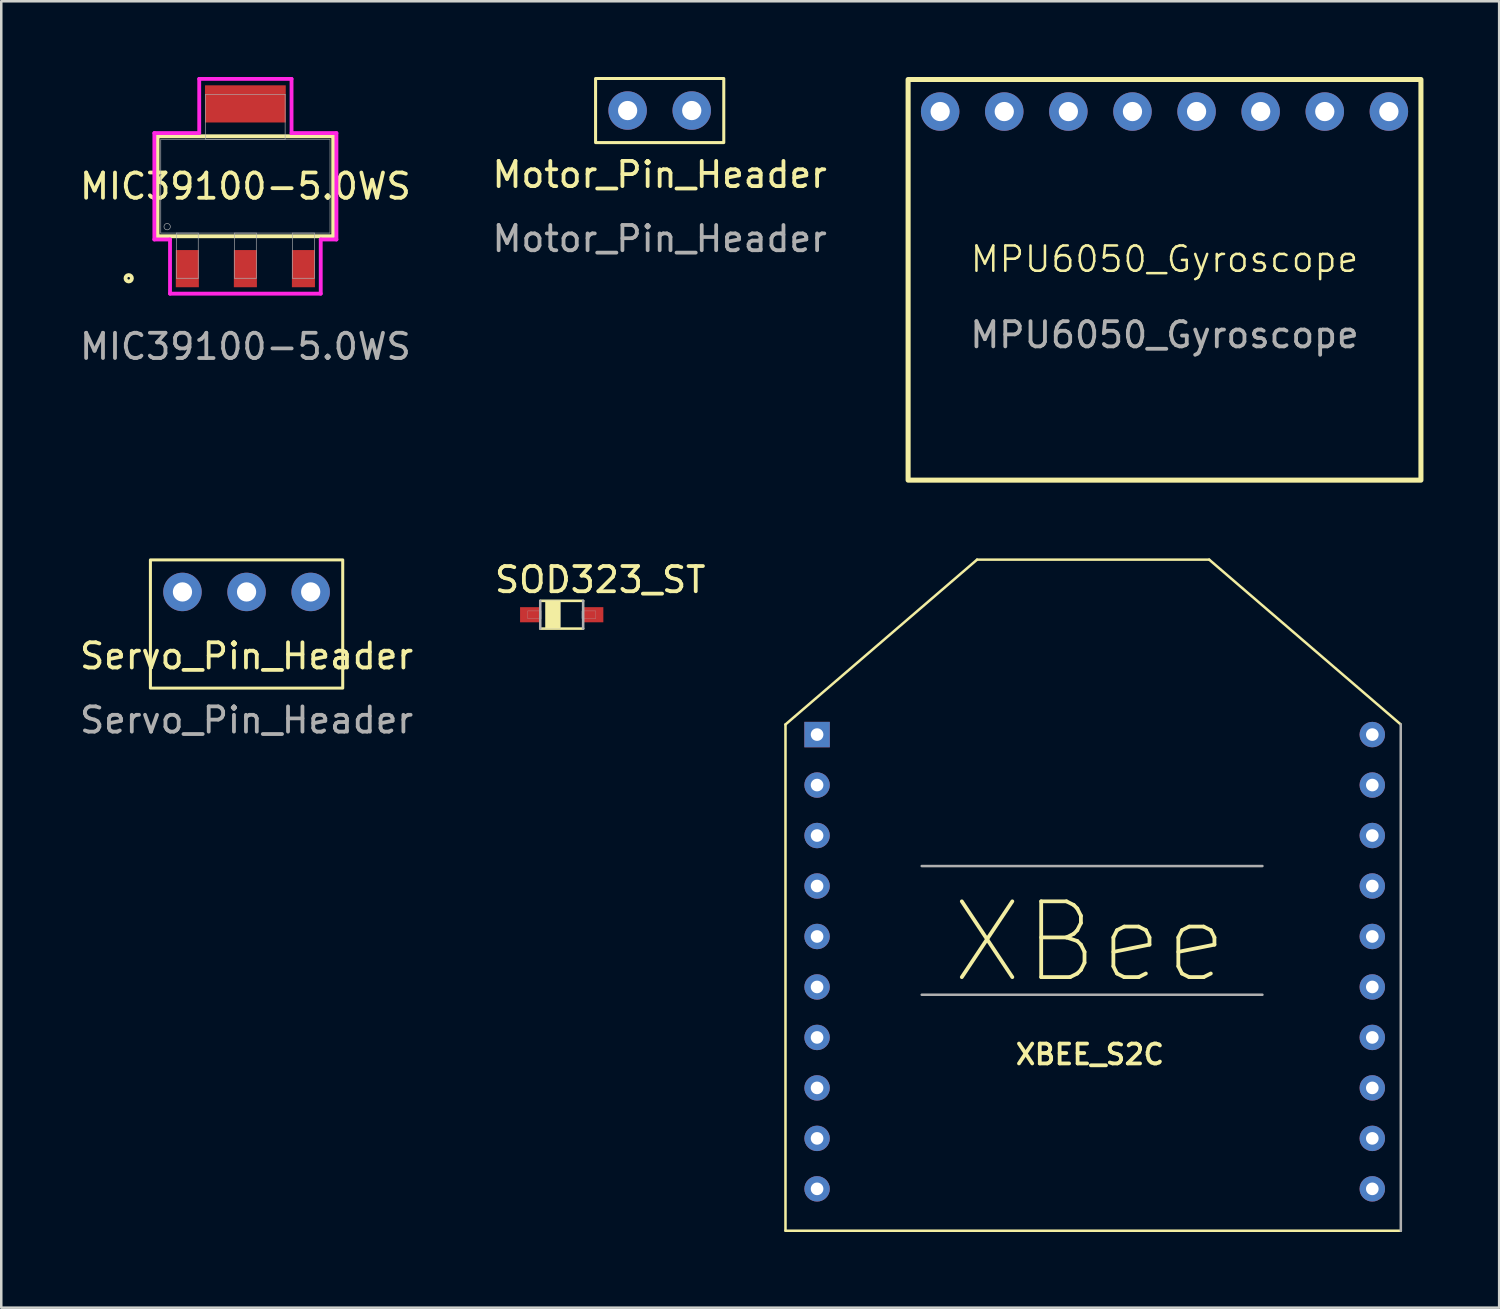
<source format=kicad_pcb>
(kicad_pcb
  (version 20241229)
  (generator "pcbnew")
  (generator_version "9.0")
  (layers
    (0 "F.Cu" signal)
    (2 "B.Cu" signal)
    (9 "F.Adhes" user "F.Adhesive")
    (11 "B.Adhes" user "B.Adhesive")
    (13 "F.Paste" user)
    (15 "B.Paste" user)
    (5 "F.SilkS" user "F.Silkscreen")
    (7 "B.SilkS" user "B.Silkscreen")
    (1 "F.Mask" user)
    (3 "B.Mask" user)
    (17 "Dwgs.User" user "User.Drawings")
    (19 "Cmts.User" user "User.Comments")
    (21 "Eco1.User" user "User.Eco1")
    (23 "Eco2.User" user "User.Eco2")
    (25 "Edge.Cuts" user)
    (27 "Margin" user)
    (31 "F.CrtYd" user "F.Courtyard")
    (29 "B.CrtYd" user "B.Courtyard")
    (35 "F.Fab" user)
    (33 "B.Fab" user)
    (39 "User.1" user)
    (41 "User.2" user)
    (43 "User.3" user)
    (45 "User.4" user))
  (footprint "Servo_Pin_Header"
    (layer "F.Cu")
    (at 6.72 21.675)
    (property "Reference" "Servo_Pin_Header" (at 0 1.27 0) (unlocked yes) (layer "F.SilkS") (effects (font (size 1 1) (thickness 0.15))))
    (attr through_hole)
    (fp_rect (start -3.81 -2.54) (end 3.81 2.54) (stroke (width 0.12) (type default)) (fill no) (layer "F.SilkS"))
    (fp_text user "${REFERENCE}" (at 0 3.81 0) (unlocked yes) (layer "F.Fab") (effects (font (size 1 1) (thickness 0.15))))
    (pad "0" thru_hole circle (at -2.54 -1.27) (size 1.524 1.524) (drill 0.762) (layers "*.Cu" "*.Mask"))
    (pad "1" thru_hole circle (at 0 -1.27) (size 1.524 1.524) (drill 0.762) (layers "*.Cu" "*.Mask"))
    (pad "2" thru_hole circle (at 2.54 -1.27) (size 1.524 1.524) (drill 0.762) (layers "*.Cu" "*.Mask")))
  (footprint "MIC39100-5.0WS"
    (layer "F.Cu")
    (at 6.673 4.331)
    (property "Reference" "MIC39100-5.0WS" (at 0 0 0) (unlocked yes) (layer "F.SilkS") (effects (font (size 1 1) (thickness 0.15))))
    (attr smd)
    (fp_line (start -3.48 -1.981) (end -3.48 1.981) (stroke (width 0.152) (type solid)) (layer "F.SilkS"))
    (fp_line (start -3.48 1.981) (end 3.48 1.981) (stroke (width 0.152) (type solid)) (layer "F.SilkS"))
    (fp_line (start 3.48 -1.981) (end -3.48 -1.981) (stroke (width 0.152) (type solid)) (layer "F.SilkS"))
    (fp_line (start 3.48 1.981) (end 3.48 -1.981) (stroke (width 0.152) (type solid)) (layer "F.SilkS"))
    (fp_circle (center -4.623 3.645) (end -4.496 3.645) (stroke (width 0.152) (type solid)) (fill no) (layer "F.SilkS"))
    (fp_line (start -3.607 -2.108) (end -1.829 -2.108) (stroke (width 0.152) (type solid)) (layer "F.CrtYd"))
    (fp_line (start -3.607 2.108) (end -3.607 -2.108) (stroke (width 0.152) (type solid)) (layer "F.CrtYd"))
    (fp_line (start -2.986 2.108) (end -3.607 2.108) (stroke (width 0.152) (type solid)) (layer "F.CrtYd"))
    (fp_line (start -2.986 4.255) (end -2.986 2.108) (stroke (width 0.152) (type solid)) (layer "F.CrtYd"))
    (fp_line (start -1.829 -4.255) (end 1.829 -4.255) (stroke (width 0.152) (type solid)) (layer "F.CrtYd"))
    (fp_line (start -1.829 -2.108) (end -1.829 -4.255) (stroke (width 0.152) (type solid)) (layer "F.CrtYd"))
    (fp_line (start 1.829 -4.255) (end 1.829 -2.108) (stroke (width 0.152) (type solid)) (layer "F.CrtYd"))
    (fp_line (start 1.829 -2.108) (end 3.607 -2.108) (stroke (width 0.152) (type solid)) (layer "F.CrtYd"))
    (fp_line (start 2.986 2.108) (end 2.986 4.255) (stroke (width 0.152) (type solid)) (layer "F.CrtYd"))
    (fp_line (start 2.986 4.255) (end -2.986 4.255) (stroke (width 0.152) (type solid)) (layer "F.CrtYd"))
    (fp_line (start 3.607 -2.108) (end 3.607 2.108) (stroke (width 0.152) (type solid)) (layer "F.CrtYd"))
    (fp_line (start 3.607 2.108) (end 2.986 2.108) (stroke (width 0.152) (type solid)) (layer "F.CrtYd"))
    (fp_line (start -3.353 -1.854) (end -3.353 1.854) (stroke (width 0.025) (type solid)) (layer "F.Fab"))
    (fp_line (start -3.353 1.854) (end 3.353 1.854) (stroke (width 0.025) (type solid)) (layer "F.Fab"))
    (fp_line (start -2.732 1.854) (end -2.732 3.645) (stroke (width 0.025) (type solid)) (layer "F.Fab"))
    (fp_line (start -2.732 3.645) (end -1.868 3.645) (stroke (width 0.025) (type solid)) (layer "F.Fab"))
    (fp_line (start -1.868 1.854) (end -2.732 1.854) (stroke (width 0.025) (type solid)) (layer "F.Fab"))
    (fp_line (start -1.868 3.645) (end -1.868 1.854) (stroke (width 0.025) (type solid)) (layer "F.Fab"))
    (fp_line (start -1.575 -3.645) (end -1.575 -1.854) (stroke (width 0.025) (type solid)) (layer "F.Fab"))
    (fp_line (start -1.575 -1.854) (end 1.575 -1.854) (stroke (width 0.025) (type solid)) (layer "F.Fab"))
    (fp_line (start -0.432 1.854) (end -0.432 3.645) (stroke (width 0.025) (type solid)) (layer "F.Fab"))
    (fp_line (start -0.432 3.645) (end 0.432 3.645) (stroke (width 0.025) (type solid)) (layer "F.Fab"))
    (fp_line (start 0.432 1.854) (end -0.432 1.854) (stroke (width 0.025) (type solid)) (layer "F.Fab"))
    (fp_line (start 0.432 3.645) (end 0.432 1.854) (stroke (width 0.025) (type solid)) (layer "F.Fab"))
    (fp_line (start 1.575 -3.645) (end -1.575 -3.645) (stroke (width 0.025) (type solid)) (layer "F.Fab"))
    (fp_line (start 1.575 -1.854) (end 1.575 -3.645) (stroke (width 0.025) (type solid)) (layer "F.Fab"))
    (fp_line (start 1.868 1.854) (end 1.868 3.645) (stroke (width 0.025) (type solid)) (layer "F.Fab"))
    (fp_line (start 1.868 3.645) (end 2.732 3.645) (stroke (width 0.025) (type solid)) (layer "F.Fab"))
    (fp_line (start 2.732 1.854) (end 1.868 1.854) (stroke (width 0.025) (type solid)) (layer "F.Fab"))
    (fp_line (start 2.732 3.645) (end 2.732 1.854) (stroke (width 0.025) (type solid)) (layer "F.Fab"))
    (fp_line (start 3.353 -1.854) (end -3.353 -1.854) (stroke (width 0.025) (type solid)) (layer "F.Fab"))
    (fp_line (start 3.353 1.854) (end 3.353 -1.854) (stroke (width 0.025) (type solid)) (layer "F.Fab"))
    (fp_circle (center -3.099 1.6) (end -2.972 1.6) (stroke (width 0.025) (type solid)) (fill no) (layer "F.Fab"))
    (fp_text user "${REFERENCE}" (at 0 6.35 0) (unlocked yes) (layer "F.Fab") (effects (font (size 1 1) (thickness 0.15))))
    (pad "1" smd rect (at -2.3 3.264) (size 0.914 1.473) (layers "F.Cu" "F.Mask" "F.Paste"))
    (pad "2" smd rect (at 0 3.264) (size 0.914 1.473) (layers "F.Cu" "F.Mask" "F.Paste"))
    (pad "3" smd rect (at 2.3 3.264) (size 0.914 1.473) (layers "F.Cu" "F.Mask" "F.Paste"))
    (pad "4" smd rect (at 0 -3.264) (size 3.2 1.473) (layers "F.Cu" "F.Mask" "F.Paste")))
  (footprint "Motor_Pin_Header"
    (layer "F.Cu")
    (at 23.089 1.33)
    (property "Reference" "Motor_Pin_Header" (at 0 2.54 0) (unlocked yes) (layer "F.SilkS") (effects (font (size 1 1) (thickness 0.15))))
    (attr through_hole)
    (fp_rect (start -2.54 -1.27) (end 2.54 1.27) (stroke (width 0.12) (type default)) (fill no) (layer "F.SilkS"))
    (fp_text user "${REFERENCE}" (at 0 5.08 0) (unlocked yes) (layer "F.Fab") (effects (font (size 1 1) (thickness 0.15))))
    (pad "0" thru_hole circle (at -1.27 0) (size 1.524 1.524) (drill 0.762) (layers "*.Cu" "*.Mask"))
    (pad "1" thru_hole circle (at 1.27 0) (size 1.524 1.524) (drill 0.762) (layers "*.Cu" "*.Mask")))
  (footprint "SOD323_ST"
    (layer "F.Cu")
    (at 19.207 21.308)
    (property "Reference" "SOD323_ST" (at 1.525 -1.385 0) (layer "F.SilkS") (effects (font (size 1 1) (thickness 0.15))))
    (attr smd)
    (fp_line (start -0.85 -0.55) (end 0.85 -0.55) (stroke (width 0.102) (type solid)) (layer "F.SilkS"))
    (fp_line (start 0.85 0.55) (end -0.85 0.55) (stroke (width 0.102) (type solid)) (layer "F.SilkS"))
    (fp_poly (pts (xy -0.65 -0.55) (xy -0.05 -0.55) (xy -0.05 0.55) (xy -0.65 0.55)) (stroke (width 0.01) (type solid)) (fill yes) (layer "F.SilkS"))
    (fp_line (start -0.85 0.55) (end -0.85 -0.55) (stroke (width 0.102) (type solid)) (layer "F.Fab"))
    (fp_line (start 0.85 -0.55) (end 0.85 0.55) (stroke (width 0.102) (type solid)) (layer "F.Fab"))
    (fp_poly (pts (xy -1.35 -0.15) (xy -0.8 -0.15) (xy -0.8 0.15) (xy -1.35 0.15)) (stroke (width 0.01) (type solid)) (fill no) (layer "F.Fab"))
    (fp_poly (pts (xy -0.85 -0.55) (xy -0.05 -0.55) (xy -0.05 0.55) (xy -0.85 0.55)) (stroke (width 0.01) (type solid)) (fill no) (layer "F.Fab"))
    (fp_poly (pts (xy 0.8 -0.15) (xy 1.35 -0.15) (xy 1.35 0.15) (xy 0.8 0.15)) (stroke (width 0.01) (type solid)) (fill no) (layer "F.Fab"))
    (pad "A" smd rect (at 1.25 0) (size 0.8 0.6) (layers "F.Cu" "F.Mask" "F.Paste"))
    (pad "C" smd rect (at -1.25 0) (size 0.8 0.6) (layers "F.Cu" "F.Mask" "F.Paste")))
  (footprint "MPU6050_Gyroscope"
    (layer "F.Cu")
    (at 43.093 7.72)
    (property "Reference" "MPU6050_Gyroscope" (at 0 -0.5 0) (unlocked yes) (layer "F.SilkS") (effects (font (size 1 1) (thickness 0.1))))
    (attr through_hole)
    (fp_rect (start -10.16 -7.62) (end 10.16 8.255) (stroke (width 0.2) (type default)) (fill no) (layer "F.SilkS"))
    (fp_text user "${REFERENCE}" (at 0 2.5 0) (unlocked yes) (layer "F.Fab") (effects (font (size 1 1) (thickness 0.15))))
    (pad "0" thru_hole circle (at 8.89 -6.35) (size 1.524 1.524) (drill 0.762) (layers "*.Cu" "*.Mask"))
    (pad "1" thru_hole circle (at 6.35 -6.35) (size 1.524 1.524) (drill 0.762) (layers "*.Cu" "*.Mask"))
    (pad "2" thru_hole circle (at 3.81 -6.35) (size 1.524 1.524) (drill 0.762) (layers "*.Cu" "*.Mask"))
    (pad "3" thru_hole circle (at 1.27 -6.35) (size 1.524 1.524) (drill 0.762) (layers "*.Cu" "*.Mask"))
    (pad "4" thru_hole circle (at -1.27 -6.35) (size 1.524 1.524) (drill 0.762) (layers "*.Cu" "*.Mask"))
    (pad "5" thru_hole circle (at -3.81 -6.35) (size 1.524 1.524) (drill 0.762) (layers "*.Cu" "*.Mask"))
    (pad "6" thru_hole circle (at -6.35 -6.35) (size 1.524 1.524) (drill 0.762) (layers "*.Cu" "*.Mask"))
    (pad "7" thru_hole circle (at -8.89 -6.35) (size 1.524 1.524) (drill 0.762) (layers "*.Cu" "*.Mask")))
  (footprint "XBEE_S2C"
    (layer "F.Cu")
    (at 40.137 36.143)
    (property "Reference" "XBEE_S2C" (at 0 2.588 0) (layer "F.SilkS") (effects (font (size 0.787 0.787) (thickness 0.15))))
    (attr through_hole)
    (fp_line (start -12.063 -10.487) (end -12.063 9.573) (stroke (width 0.1) (type solid)) (layer "F.SilkS"))
    (fp_line (start -12.063 9.573) (end 12.319 9.573) (stroke (width 0.1) (type solid)) (layer "F.SilkS"))
    (fp_line (start -4.472 -17.018) (end -12.063 -10.487) (stroke (width 0.1) (type solid)) (layer "F.SilkS"))
    (fp_line (start 4.726 -17.018) (end -4.472 -17.018) (stroke (width 0.1) (type solid)) (layer "F.SilkS"))
    (fp_line (start 12.316 -10.488) (end 4.726 -17.018) (stroke (width 0.1) (type solid)) (layer "F.SilkS"))
    (fp_line (start -6.665 -4.877) (end 6.835 -4.877) (stroke (width 0.1) (type solid)) (layer "F.Fab"))
    (fp_line (start -6.665 0.223) (end 6.835 0.223) (stroke (width 0.1) (type solid)) (layer "F.Fab"))
    (fp_line (start 12.319 9.573) (end 12.316 -10.488) (stroke (width 0.1) (type solid)) (layer "F.Fab"))
    (fp_text user "XBee" (at 0 -1.857 0) (layer "F.SilkS") (effects (font (size 3.003 3.003) (thickness 0.15))))
    (pad "1" thru_hole rect (at -10.811 -10.086) (size 1.008 1.008) (drill 0.5) (layers "*.Cu" "*.Mask"))
    (pad "2" thru_hole circle (at -10.811 -8.086) (size 1.008 1.008) (drill 0.5) (layers "*.Cu" "*.Mask"))
    (pad "3" thru_hole circle (at -10.811 -6.086) (size 1.008 1.008) (drill 0.5) (layers "*.Cu" "*.Mask"))
    (pad "4" thru_hole circle (at -10.811 -4.086) (size 1.008 1.008) (drill 0.5) (layers "*.Cu" "*.Mask"))
    (pad "5" thru_hole circle (at -10.811 -2.086) (size 1.008 1.008) (drill 0.5) (layers "*.Cu" "*.Mask"))
    (pad "6" thru_hole circle (at -10.811 -0.086) (size 1.008 1.008) (drill 0.5) (layers "*.Cu" "*.Mask"))
    (pad "7" thru_hole circle (at -10.811 1.914) (size 1.008 1.008) (drill 0.5) (layers "*.Cu" "*.Mask"))
    (pad "8" thru_hole circle (at -10.811 3.914) (size 1.008 1.008) (drill 0.5) (layers "*.Cu" "*.Mask"))
    (pad "9" thru_hole circle (at -10.811 5.914) (size 1.008 1.008) (drill 0.5) (layers "*.Cu" "*.Mask"))
    (pad "10" thru_hole circle (at -10.811 7.914) (size 1.008 1.008) (drill 0.5) (layers "*.Cu" "*.Mask"))
    (pad "11" thru_hole circle (at 11.189 7.914) (size 1.008 1.008) (drill 0.5) (layers "*.Cu" "*.Mask"))
    (pad "12" thru_hole circle (at 11.189 5.914) (size 1.008 1.008) (drill 0.5) (layers "*.Cu" "*.Mask"))
    (pad "13" thru_hole circle (at 11.189 3.914) (size 1.008 1.008) (drill 0.5) (layers "*.Cu" "*.Mask"))
    (pad "14" thru_hole circle (at 11.189 1.914) (size 1.008 1.008) (drill 0.5) (layers "*.Cu" "*.Mask"))
    (pad "15" thru_hole circle (at 11.189 -0.086) (size 1.008 1.008) (drill 0.5) (layers "*.Cu" "*.Mask"))
    (pad "16" thru_hole circle (at 11.189 -2.086) (size 1.008 1.008) (drill 0.5) (layers "*.Cu" "*.Mask"))
    (pad "17" thru_hole circle (at 11.189 -4.086) (size 1.008 1.008) (drill 0.5) (layers "*.Cu" "*.Mask"))
    (pad "18" thru_hole circle (at 11.189 -6.086) (size 1.008 1.008) (drill 0.5) (layers "*.Cu" "*.Mask"))
    (pad "19" thru_hole circle (at 11.189 -8.086) (size 1.008 1.008) (drill 0.5) (layers "*.Cu" "*.Mask"))
    (pad "20" thru_hole circle (at 11.189 -10.086) (size 1.008 1.008) (drill 0.5) (layers "*.Cu" "*.Mask")))
  (gr_rect
    (start -3 -3)
    (end 56.353 48.766)
    (stroke (width 0.1) (type default))
    (fill no)
    (layer "Edge.Cuts")))
</source>
